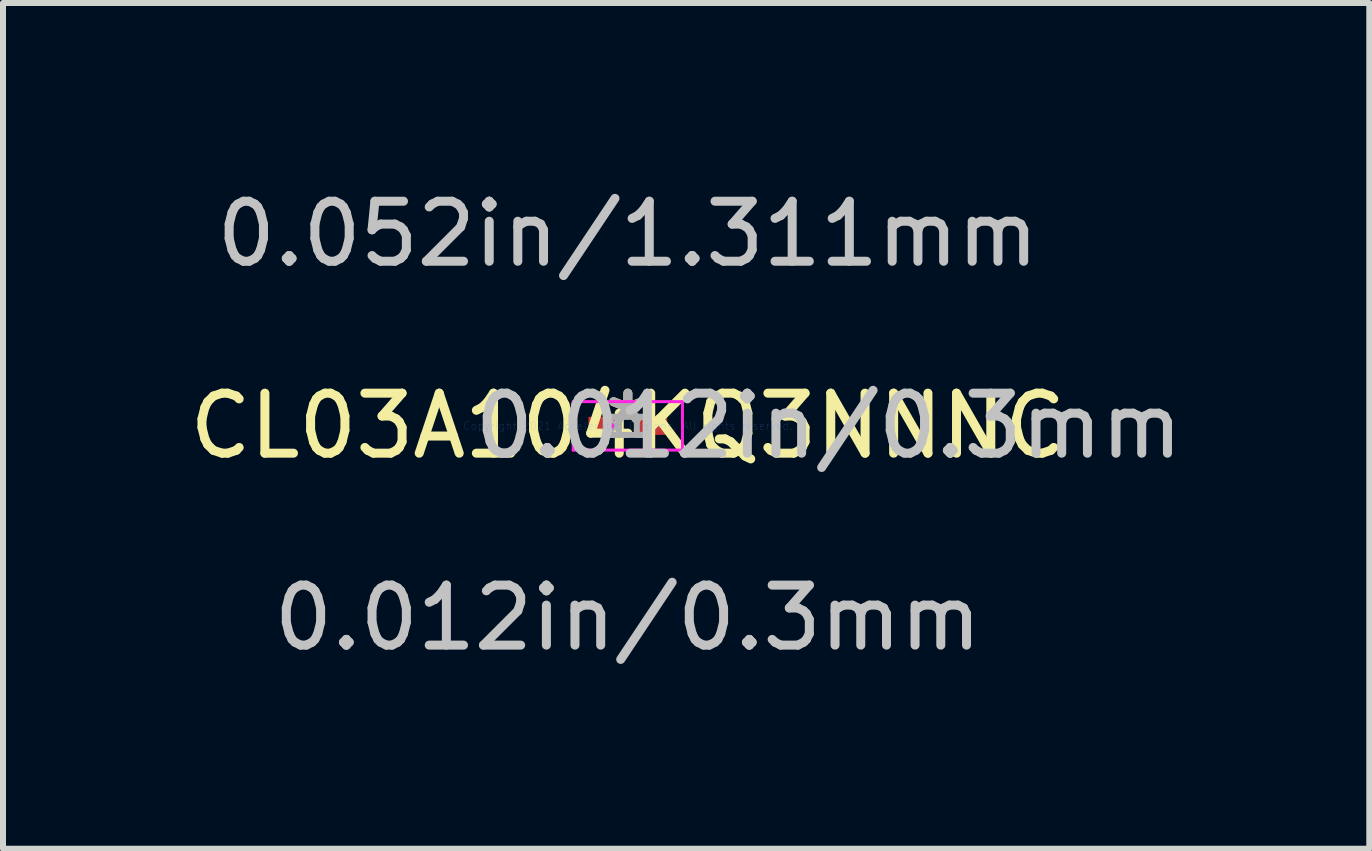
<source format=kicad_pcb>
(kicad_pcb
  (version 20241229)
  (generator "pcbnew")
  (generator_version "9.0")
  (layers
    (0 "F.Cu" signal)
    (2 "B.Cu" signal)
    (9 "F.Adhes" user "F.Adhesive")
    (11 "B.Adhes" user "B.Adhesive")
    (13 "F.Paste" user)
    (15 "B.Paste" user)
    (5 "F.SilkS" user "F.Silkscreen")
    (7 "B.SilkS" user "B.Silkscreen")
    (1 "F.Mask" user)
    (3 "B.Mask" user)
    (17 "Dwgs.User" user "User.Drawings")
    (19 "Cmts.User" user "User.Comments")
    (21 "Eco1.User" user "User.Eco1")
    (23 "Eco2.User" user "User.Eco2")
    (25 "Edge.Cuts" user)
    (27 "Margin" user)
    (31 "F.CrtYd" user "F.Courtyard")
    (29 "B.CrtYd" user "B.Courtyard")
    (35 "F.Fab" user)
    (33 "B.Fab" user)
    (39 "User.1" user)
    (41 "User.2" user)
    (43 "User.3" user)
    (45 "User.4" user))
  (footprint "CL03A104KQ3NNNC"
    (layer "F.Cu")
    (at 7.411 4.046)
    (property "Reference" "CL03A104KQ3NNNC" (at 0 0 0) (layer "F.SilkS") (effects (font (size 1 1) (thickness 0.15))))
    (attr through_hole)
    (fp_line (start -0.91 -0.404) (end 0.91 -0.404) (stroke (width 0.05) (type solid)) (layer "F.CrtYd"))
    (fp_line (start -0.91 0.404) (end -0.91 -0.404) (stroke (width 0.05) (type solid)) (layer "F.CrtYd"))
    (fp_line (start 0.91 -0.404) (end 0.91 0.404) (stroke (width 0.05) (type solid)) (layer "F.CrtYd"))
    (fp_line (start 0.91 0.404) (end -0.91 0.404) (stroke (width 0.05) (type solid)) (layer "F.CrtYd"))
    (fp_circle (center -0.276 0) (end -0.276 0) (stroke (width 0.05) (type solid)) (fill no) (layer "F.CrtYd"))
    (fp_line (start -0.3 -0.15) (end -0.3 0.15) (stroke (width 0.1) (type solid)) (layer "F.Fab"))
    (fp_line (start -0.3 -0.15) (end -0.3 0.15) (stroke (width 0.1) (type solid)) (layer "F.Fab"))
    (fp_line (start -0.3 0.15) (end -0.15 0.15) (stroke (width 0.1) (type solid)) (layer "F.Fab"))
    (fp_line (start -0.3 0.15) (end 0.3 0.15) (stroke (width 0.1) (type solid)) (layer "F.Fab"))
    (fp_line (start -0.15 -0.15) (end -0.3 -0.15) (stroke (width 0.1) (type solid)) (layer "F.Fab"))
    (fp_line (start -0.15 0.15) (end -0.15 -0.15) (stroke (width 0.1) (type solid)) (layer "F.Fab"))
    (fp_line (start 0.15 -0.15) (end 0.15 0.15) (stroke (width 0.1) (type solid)) (layer "F.Fab"))
    (fp_line (start 0.15 0.15) (end 0.3 0.15) (stroke (width 0.1) (type solid)) (layer "F.Fab"))
    (fp_line (start 0.3 -0.15) (end -0.3 -0.15) (stroke (width 0.1) (type solid)) (layer "F.Fab"))
    (fp_line (start 0.3 -0.15) (end 0.15 -0.15) (stroke (width 0.1) (type solid)) (layer "F.Fab"))
    (fp_line (start 0.3 0.15) (end 0.3 -0.15) (stroke (width 0.1) (type solid)) (layer "F.Fab"))
    (fp_line (start 0.3 0.15) (end 0.3 -0.15) (stroke (width 0.1) (type solid)) (layer "F.Fab"))
    (fp_circle (center -0.276 0) (end -0.276 0) (stroke (width 0.1) (type solid)) (fill no) (layer "F.Fab"))
    (fp_text user "*" (at 0 0 0) (layer "F.SilkS") (effects (font (size 1 1) (thickness 0.15))))
    (fp_text user "0.012in/0.3mm" (at 3.348 0 0) (layer "Dwgs.User") (effects (font (size 1 1) (thickness 0.15))))
    (fp_text user "0.012in/0.3mm" (at 0 3.198 0) (layer "Dwgs.User") (effects (font (size 1 1) (thickness 0.15))))
    (fp_text user "0.052in/1.311mm" (at 0 -3.198 0) (layer "Dwgs.User") (effects (font (size 1 1) (thickness 0.15))))
    (fp_text user "Copyright 2021 Accelerated Designs. All rights reserved." (at 0 0 0) (layer "Cmts.User") (effects (font (size 0.127 0.127) (thickness 0.002))))
    (fp_text user "*" (at 0 0 0) (layer "F.Fab") (effects (font (size 1 1) (thickness 0.15))))
    (pad "1" smd rect (at -0.403 0) (size 0.506 0.3) (layers "F.Cu" "F.Mask" "F.Paste"))
    (pad "2" smd rect (at 0.403 0) (size 0.506 0.3) (layers "F.Cu" "F.Mask" "F.Paste")))
  (gr_rect
    (start -3 -3)
    (end 19.765 11.092)
    (stroke (width 0.1) (type default))
    (fill no)
    (layer "Edge.Cuts")))
</source>
